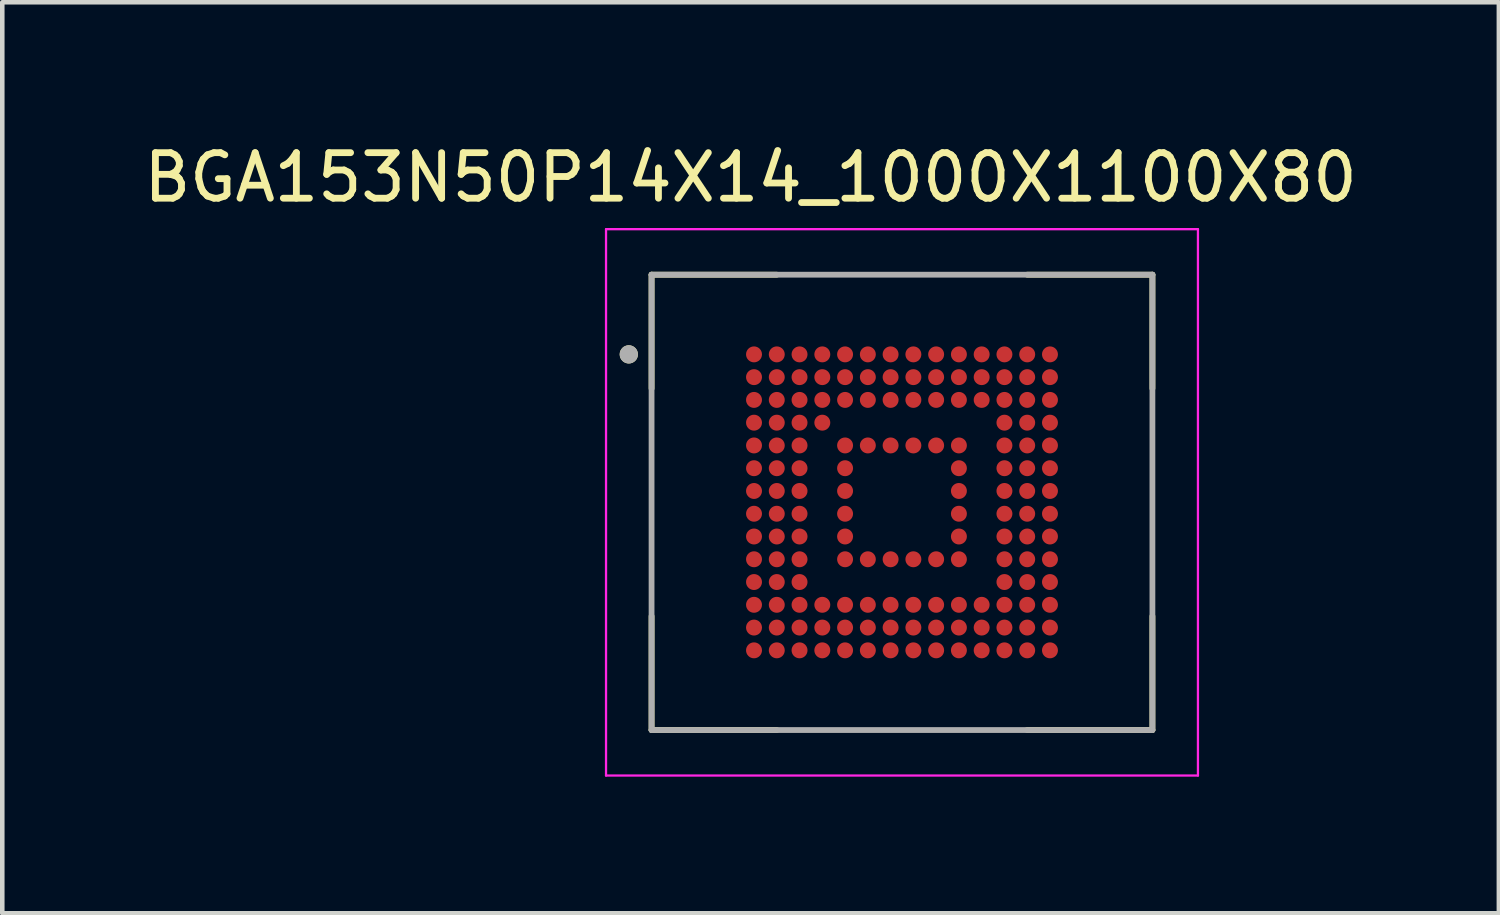
<source format=kicad_pcb>
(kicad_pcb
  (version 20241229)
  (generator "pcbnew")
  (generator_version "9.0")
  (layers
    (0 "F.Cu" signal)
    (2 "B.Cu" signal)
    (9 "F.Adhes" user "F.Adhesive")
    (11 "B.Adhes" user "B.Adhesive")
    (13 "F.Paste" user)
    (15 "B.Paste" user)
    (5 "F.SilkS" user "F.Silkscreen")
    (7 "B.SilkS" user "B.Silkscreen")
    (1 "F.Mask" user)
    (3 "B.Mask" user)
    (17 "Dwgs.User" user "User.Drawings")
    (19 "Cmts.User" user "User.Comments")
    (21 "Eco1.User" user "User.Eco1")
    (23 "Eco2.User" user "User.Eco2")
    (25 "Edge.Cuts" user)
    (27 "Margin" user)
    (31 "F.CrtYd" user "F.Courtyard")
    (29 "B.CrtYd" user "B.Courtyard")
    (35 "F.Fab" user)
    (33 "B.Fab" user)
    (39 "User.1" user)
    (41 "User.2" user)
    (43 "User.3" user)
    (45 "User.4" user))
  (footprint "BGA153N50P14X14_1000X1100X80"
    (layer "F.Cu")
    (at 16.76 7.983)
    (property "Reference" "BGA153N50P14X14_1000X1100X80" (at -3.325 -7.135 0) (layer "F.SilkS") (effects (font (size 1 1) (thickness 0.15))))
    (attr smd)
    (fp_line (start -5.5 -5) (end -5.5 -2.5) (stroke (width 0.127) (type solid)) (layer "F.SilkS"))
    (fp_line (start -5.5 -5) (end -2.75 -5) (stroke (width 0.127) (type solid)) (layer "F.SilkS"))
    (fp_line (start -5.5 5) (end -5.5 2.5) (stroke (width 0.127) (type solid)) (layer "F.SilkS"))
    (fp_line (start -5.5 5) (end -2.75 5) (stroke (width 0.127) (type solid)) (layer "F.SilkS"))
    (fp_line (start 5.5 -5) (end 2.75 -5) (stroke (width 0.127) (type solid)) (layer "F.SilkS"))
    (fp_line (start 5.5 -5) (end 5.5 -2.5) (stroke (width 0.127) (type solid)) (layer "F.SilkS"))
    (fp_line (start 5.5 5) (end 2.75 5) (stroke (width 0.127) (type solid)) (layer "F.SilkS"))
    (fp_line (start 5.5 5) (end 5.5 2.5) (stroke (width 0.127) (type solid)) (layer "F.SilkS"))
    (fp_circle (center -6 -3.25) (end -5.9 -3.25) (stroke (width 0.2) (type solid)) (fill no) (layer "F.SilkS"))
    (fp_line (start -6.5 -6) (end 6.5 -6) (stroke (width 0.05) (type solid)) (layer "F.CrtYd"))
    (fp_line (start -6.5 6) (end -6.5 -6) (stroke (width 0.05) (type solid)) (layer "F.CrtYd"))
    (fp_line (start -6.5 6) (end 6.5 6) (stroke (width 0.05) (type solid)) (layer "F.CrtYd"))
    (fp_line (start 6.5 6) (end 6.5 -6) (stroke (width 0.05) (type solid)) (layer "F.CrtYd"))
    (fp_line (start -5.5 5) (end -5.5 -5) (stroke (width 0.127) (type solid)) (layer "F.Fab"))
    (fp_line (start 5.5 -5) (end -5.5 -5) (stroke (width 0.127) (type solid)) (layer "F.Fab"))
    (fp_line (start 5.5 5) (end -5.5 5) (stroke (width 0.127) (type solid)) (layer "F.Fab"))
    (fp_line (start 5.5 5) (end 5.5 -5) (stroke (width 0.127) (type solid)) (layer "F.Fab"))
    (fp_circle (center -6 -3.25) (end -5.9 -3.25) (stroke (width 0.2) (type solid)) (fill no) (layer "F.Fab"))
    (pad "A1" smd circle (at -3.25 -3.25) (size 0.35 0.35) (layers "F.Cu" "F.Mask" "F.Paste"))
    (pad "A2" smd circle (at -2.75 -3.25) (size 0.35 0.35) (layers "F.Cu" "F.Mask" "F.Paste"))
    (pad "A3" smd circle (at -2.25 -3.25) (size 0.35 0.35) (layers "F.Cu" "F.Mask" "F.Paste"))
    (pad "A4" smd circle (at -1.75 -3.25) (size 0.35 0.35) (layers "F.Cu" "F.Mask" "F.Paste"))
    (pad "A5" smd circle (at -1.25 -3.25) (size 0.35 0.35) (layers "F.Cu" "F.Mask" "F.Paste"))
    (pad "A6" smd circle (at -0.75 -3.25) (size 0.35 0.35) (layers "F.Cu" "F.Mask" "F.Paste"))
    (pad "A7" smd circle (at -0.25 -3.25) (size 0.35 0.35) (layers "F.Cu" "F.Mask" "F.Paste"))
    (pad "A8" smd circle (at 0.25 -3.25) (size 0.35 0.35) (layers "F.Cu" "F.Mask" "F.Paste"))
    (pad "A9" smd circle (at 0.75 -3.25) (size 0.35 0.35) (layers "F.Cu" "F.Mask" "F.Paste"))
    (pad "A10" smd circle (at 1.25 -3.25) (size 0.35 0.35) (layers "F.Cu" "F.Mask" "F.Paste"))
    (pad "A11" smd circle (at 1.75 -3.25) (size 0.35 0.35) (layers "F.Cu" "F.Mask" "F.Paste"))
    (pad "A12" smd circle (at 2.25 -3.25) (size 0.35 0.35) (layers "F.Cu" "F.Mask" "F.Paste"))
    (pad "A13" smd circle (at 2.75 -3.25) (size 0.35 0.35) (layers "F.Cu" "F.Mask" "F.Paste"))
    (pad "A14" smd circle (at 3.25 -3.25) (size 0.35 0.35) (layers "F.Cu" "F.Mask" "F.Paste"))
    (pad "B1" smd circle (at -3.25 -2.75) (size 0.35 0.35) (layers "F.Cu" "F.Mask" "F.Paste"))
    (pad "B2" smd circle (at -2.75 -2.75) (size 0.35 0.35) (layers "F.Cu" "F.Mask" "F.Paste"))
    (pad "B3" smd circle (at -2.25 -2.75) (size 0.35 0.35) (layers "F.Cu" "F.Mask" "F.Paste"))
    (pad "B4" smd circle (at -1.75 -2.75) (size 0.35 0.35) (layers "F.Cu" "F.Mask" "F.Paste"))
    (pad "B5" smd circle (at -1.25 -2.75) (size 0.35 0.35) (layers "F.Cu" "F.Mask" "F.Paste"))
    (pad "B6" smd circle (at -0.75 -2.75) (size 0.35 0.35) (layers "F.Cu" "F.Mask" "F.Paste"))
    (pad "B7" smd circle (at -0.25 -2.75) (size 0.35 0.35) (layers "F.Cu" "F.Mask" "F.Paste"))
    (pad "B8" smd circle (at 0.25 -2.75) (size 0.35 0.35) (layers "F.Cu" "F.Mask" "F.Paste"))
    (pad "B9" smd circle (at 0.75 -2.75) (size 0.35 0.35) (layers "F.Cu" "F.Mask" "F.Paste"))
    (pad "B10" smd circle (at 1.25 -2.75) (size 0.35 0.35) (layers "F.Cu" "F.Mask" "F.Paste"))
    (pad "B11" smd circle (at 1.75 -2.75) (size 0.35 0.35) (layers "F.Cu" "F.Mask" "F.Paste"))
    (pad "B12" smd circle (at 2.25 -2.75) (size 0.35 0.35) (layers "F.Cu" "F.Mask" "F.Paste"))
    (pad "B13" smd circle (at 2.75 -2.75) (size 0.35 0.35) (layers "F.Cu" "F.Mask" "F.Paste"))
    (pad "B14" smd circle (at 3.25 -2.75) (size 0.35 0.35) (layers "F.Cu" "F.Mask" "F.Paste"))
    (pad "C1" smd circle (at -3.25 -2.25) (size 0.35 0.35) (layers "F.Cu" "F.Mask" "F.Paste"))
    (pad "C2" smd circle (at -2.75 -2.25) (size 0.35 0.35) (layers "F.Cu" "F.Mask" "F.Paste"))
    (pad "C3" smd circle (at -2.25 -2.25) (size 0.35 0.35) (layers "F.Cu" "F.Mask" "F.Paste"))
    (pad "C4" smd circle (at -1.75 -2.25) (size 0.35 0.35) (layers "F.Cu" "F.Mask" "F.Paste"))
    (pad "C5" smd circle (at -1.25 -2.25) (size 0.35 0.35) (layers "F.Cu" "F.Mask" "F.Paste"))
    (pad "C6" smd circle (at -0.75 -2.25) (size 0.35 0.35) (layers "F.Cu" "F.Mask" "F.Paste"))
    (pad "C7" smd circle (at -0.25 -2.25) (size 0.35 0.35) (layers "F.Cu" "F.Mask" "F.Paste"))
    (pad "C8" smd circle (at 0.25 -2.25) (size 0.35 0.35) (layers "F.Cu" "F.Mask" "F.Paste"))
    (pad "C9" smd circle (at 0.75 -2.25) (size 0.35 0.35) (layers "F.Cu" "F.Mask" "F.Paste"))
    (pad "C10" smd circle (at 1.25 -2.25) (size 0.35 0.35) (layers "F.Cu" "F.Mask" "F.Paste"))
    (pad "C11" smd circle (at 1.75 -2.25) (size 0.35 0.35) (layers "F.Cu" "F.Mask" "F.Paste"))
    (pad "C12" smd circle (at 2.25 -2.25) (size 0.35 0.35) (layers "F.Cu" "F.Mask" "F.Paste"))
    (pad "C13" smd circle (at 2.75 -2.25) (size 0.35 0.35) (layers "F.Cu" "F.Mask" "F.Paste"))
    (pad "C14" smd circle (at 3.25 -2.25) (size 0.35 0.35) (layers "F.Cu" "F.Mask" "F.Paste"))
    (pad "D1" smd circle (at -3.25 -1.75) (size 0.35 0.35) (layers "F.Cu" "F.Mask" "F.Paste"))
    (pad "D2" smd circle (at -2.75 -1.75) (size 0.35 0.35) (layers "F.Cu" "F.Mask" "F.Paste"))
    (pad "D3" smd circle (at -2.25 -1.75) (size 0.35 0.35) (layers "F.Cu" "F.Mask" "F.Paste"))
    (pad "D4" smd circle (at -1.75 -1.75) (size 0.35 0.35) (layers "F.Cu" "F.Mask" "F.Paste"))
    (pad "D12" smd circle (at 2.25 -1.75) (size 0.35 0.35) (layers "F.Cu" "F.Mask" "F.Paste"))
    (pad "D13" smd circle (at 2.75 -1.75) (size 0.35 0.35) (layers "F.Cu" "F.Mask" "F.Paste"))
    (pad "D14" smd circle (at 3.25 -1.75) (size 0.35 0.35) (layers "F.Cu" "F.Mask" "F.Paste"))
    (pad "E1" smd circle (at -3.25 -1.25) (size 0.35 0.35) (layers "F.Cu" "F.Mask" "F.Paste"))
    (pad "E2" smd circle (at -2.75 -1.25) (size 0.35 0.35) (layers "F.Cu" "F.Mask" "F.Paste"))
    (pad "E3" smd circle (at -2.25 -1.25) (size 0.35 0.35) (layers "F.Cu" "F.Mask" "F.Paste"))
    (pad "E5" smd circle (at -1.25 -1.25) (size 0.35 0.35) (layers "F.Cu" "F.Mask" "F.Paste"))
    (pad "E6" smd circle (at -0.75 -1.25) (size 0.35 0.35) (layers "F.Cu" "F.Mask" "F.Paste"))
    (pad "E7" smd circle (at -0.25 -1.25) (size 0.35 0.35) (layers "F.Cu" "F.Mask" "F.Paste"))
    (pad "E8" smd circle (at 0.25 -1.25) (size 0.35 0.35) (layers "F.Cu" "F.Mask" "F.Paste"))
    (pad "E9" smd circle (at 0.75 -1.25) (size 0.35 0.35) (layers "F.Cu" "F.Mask" "F.Paste"))
    (pad "E10" smd circle (at 1.25 -1.25) (size 0.35 0.35) (layers "F.Cu" "F.Mask" "F.Paste"))
    (pad "E12" smd circle (at 2.25 -1.25) (size 0.35 0.35) (layers "F.Cu" "F.Mask" "F.Paste"))
    (pad "E13" smd circle (at 2.75 -1.25) (size 0.35 0.35) (layers "F.Cu" "F.Mask" "F.Paste"))
    (pad "E14" smd circle (at 3.25 -1.25) (size 0.35 0.35) (layers "F.Cu" "F.Mask" "F.Paste"))
    (pad "F1" smd circle (at -3.25 -0.75) (size 0.35 0.35) (layers "F.Cu" "F.Mask" "F.Paste"))
    (pad "F2" smd circle (at -2.75 -0.75) (size 0.35 0.35) (layers "F.Cu" "F.Mask" "F.Paste"))
    (pad "F3" smd circle (at -2.25 -0.75) (size 0.35 0.35) (layers "F.Cu" "F.Mask" "F.Paste"))
    (pad "F5" smd circle (at -1.25 -0.75) (size 0.35 0.35) (layers "F.Cu" "F.Mask" "F.Paste"))
    (pad "F10" smd circle (at 1.25 -0.75) (size 0.35 0.35) (layers "F.Cu" "F.Mask" "F.Paste"))
    (pad "F12" smd circle (at 2.25 -0.75) (size 0.35 0.35) (layers "F.Cu" "F.Mask" "F.Paste"))
    (pad "F13" smd circle (at 2.75 -0.75) (size 0.35 0.35) (layers "F.Cu" "F.Mask" "F.Paste"))
    (pad "F14" smd circle (at 3.25 -0.75) (size 0.35 0.35) (layers "F.Cu" "F.Mask" "F.Paste"))
    (pad "G1" smd circle (at -3.25 -0.25) (size 0.35 0.35) (layers "F.Cu" "F.Mask" "F.Paste"))
    (pad "G2" smd circle (at -2.75 -0.25) (size 0.35 0.35) (layers "F.Cu" "F.Mask" "F.Paste"))
    (pad "G3" smd circle (at -2.25 -0.25) (size 0.35 0.35) (layers "F.Cu" "F.Mask" "F.Paste"))
    (pad "G5" smd circle (at -1.25 -0.25) (size 0.35 0.35) (layers "F.Cu" "F.Mask" "F.Paste"))
    (pad "G10" smd circle (at 1.25 -0.25) (size 0.35 0.35) (layers "F.Cu" "F.Mask" "F.Paste"))
    (pad "G12" smd circle (at 2.25 -0.25) (size 0.35 0.35) (layers "F.Cu" "F.Mask" "F.Paste"))
    (pad "G13" smd circle (at 2.75 -0.25) (size 0.35 0.35) (layers "F.Cu" "F.Mask" "F.Paste"))
    (pad "G14" smd circle (at 3.25 -0.25) (size 0.35 0.35) (layers "F.Cu" "F.Mask" "F.Paste"))
    (pad "H1" smd circle (at -3.25 0.25) (size 0.35 0.35) (layers "F.Cu" "F.Mask" "F.Paste"))
    (pad "H2" smd circle (at -2.75 0.25) (size 0.35 0.35) (layers "F.Cu" "F.Mask" "F.Paste"))
    (pad "H3" smd circle (at -2.25 0.25) (size 0.35 0.35) (layers "F.Cu" "F.Mask" "F.Paste"))
    (pad "H5" smd circle (at -1.25 0.25) (size 0.35 0.35) (layers "F.Cu" "F.Mask" "F.Paste"))
    (pad "H10" smd circle (at 1.25 0.25) (size 0.35 0.35) (layers "F.Cu" "F.Mask" "F.Paste"))
    (pad "H12" smd circle (at 2.25 0.25) (size 0.35 0.35) (layers "F.Cu" "F.Mask" "F.Paste"))
    (pad "H13" smd circle (at 2.75 0.25) (size 0.35 0.35) (layers "F.Cu" "F.Mask" "F.Paste"))
    (pad "H14" smd circle (at 3.25 0.25) (size 0.35 0.35) (layers "F.Cu" "F.Mask" "F.Paste"))
    (pad "J1" smd circle (at -3.25 0.75) (size 0.35 0.35) (layers "F.Cu" "F.Mask" "F.Paste"))
    (pad "J2" smd circle (at -2.75 0.75) (size 0.35 0.35) (layers "F.Cu" "F.Mask" "F.Paste"))
    (pad "J3" smd circle (at -2.25 0.75) (size 0.35 0.35) (layers "F.Cu" "F.Mask" "F.Paste"))
    (pad "J5" smd circle (at -1.25 0.75) (size 0.35 0.35) (layers "F.Cu" "F.Mask" "F.Paste"))
    (pad "J10" smd circle (at 1.25 0.75) (size 0.35 0.35) (layers "F.Cu" "F.Mask" "F.Paste"))
    (pad "J12" smd circle (at 2.25 0.75) (size 0.35 0.35) (layers "F.Cu" "F.Mask" "F.Paste"))
    (pad "J13" smd circle (at 2.75 0.75) (size 0.35 0.35) (layers "F.Cu" "F.Mask" "F.Paste"))
    (pad "J14" smd circle (at 3.25 0.75) (size 0.35 0.35) (layers "F.Cu" "F.Mask" "F.Paste"))
    (pad "K1" smd circle (at -3.25 1.25) (size 0.35 0.35) (layers "F.Cu" "F.Mask" "F.Paste"))
    (pad "K2" smd circle (at -2.75 1.25) (size 0.35 0.35) (layers "F.Cu" "F.Mask" "F.Paste"))
    (pad "K3" smd circle (at -2.25 1.25) (size 0.35 0.35) (layers "F.Cu" "F.Mask" "F.Paste"))
    (pad "K5" smd circle (at -1.25 1.25) (size 0.35 0.35) (layers "F.Cu" "F.Mask" "F.Paste"))
    (pad "K6" smd circle (at -0.75 1.25) (size 0.35 0.35) (layers "F.Cu" "F.Mask" "F.Paste"))
    (pad "K7" smd circle (at -0.25 1.25) (size 0.35 0.35) (layers "F.Cu" "F.Mask" "F.Paste"))
    (pad "K8" smd circle (at 0.25 1.25) (size 0.35 0.35) (layers "F.Cu" "F.Mask" "F.Paste"))
    (pad "K9" smd circle (at 0.75 1.25) (size 0.35 0.35) (layers "F.Cu" "F.Mask" "F.Paste"))
    (pad "K10" smd circle (at 1.25 1.25) (size 0.35 0.35) (layers "F.Cu" "F.Mask" "F.Paste"))
    (pad "K12" smd circle (at 2.25 1.25) (size 0.35 0.35) (layers "F.Cu" "F.Mask" "F.Paste"))
    (pad "K13" smd circle (at 2.75 1.25) (size 0.35 0.35) (layers "F.Cu" "F.Mask" "F.Paste"))
    (pad "K14" smd circle (at 3.25 1.25) (size 0.35 0.35) (layers "F.Cu" "F.Mask" "F.Paste"))
    (pad "L1" smd circle (at -3.25 1.75) (size 0.35 0.35) (layers "F.Cu" "F.Mask" "F.Paste"))
    (pad "L2" smd circle (at -2.75 1.75) (size 0.35 0.35) (layers "F.Cu" "F.Mask" "F.Paste"))
    (pad "L3" smd circle (at -2.25 1.75) (size 0.35 0.35) (layers "F.Cu" "F.Mask" "F.Paste"))
    (pad "L12" smd circle (at 2.25 1.75) (size 0.35 0.35) (layers "F.Cu" "F.Mask" "F.Paste"))
    (pad "L13" smd circle (at 2.75 1.75) (size 0.35 0.35) (layers "F.Cu" "F.Mask" "F.Paste"))
    (pad "L14" smd circle (at 3.25 1.75) (size 0.35 0.35) (layers "F.Cu" "F.Mask" "F.Paste"))
    (pad "M1" smd circle (at -3.25 2.25) (size 0.35 0.35) (layers "F.Cu" "F.Mask" "F.Paste"))
    (pad "M2" smd circle (at -2.75 2.25) (size 0.35 0.35) (layers "F.Cu" "F.Mask" "F.Paste"))
    (pad "M3" smd circle (at -2.25 2.25) (size 0.35 0.35) (layers "F.Cu" "F.Mask" "F.Paste"))
    (pad "M4" smd circle (at -1.75 2.25) (size 0.35 0.35) (layers "F.Cu" "F.Mask" "F.Paste"))
    (pad "M5" smd circle (at -1.25 2.25) (size 0.35 0.35) (layers "F.Cu" "F.Mask" "F.Paste"))
    (pad "M6" smd circle (at -0.75 2.25) (size 0.35 0.35) (layers "F.Cu" "F.Mask" "F.Paste"))
    (pad "M7" smd circle (at -0.25 2.25) (size 0.35 0.35) (layers "F.Cu" "F.Mask" "F.Paste"))
    (pad "M8" smd circle (at 0.25 2.25) (size 0.35 0.35) (layers "F.Cu" "F.Mask" "F.Paste"))
    (pad "M9" smd circle (at 0.75 2.25) (size 0.35 0.35) (layers "F.Cu" "F.Mask" "F.Paste"))
    (pad "M10" smd circle (at 1.25 2.25) (size 0.35 0.35) (layers "F.Cu" "F.Mask" "F.Paste"))
    (pad "M11" smd circle (at 1.75 2.25) (size 0.35 0.35) (layers "F.Cu" "F.Mask" "F.Paste"))
    (pad "M12" smd circle (at 2.25 2.25) (size 0.35 0.35) (layers "F.Cu" "F.Mask" "F.Paste"))
    (pad "M13" smd circle (at 2.75 2.25) (size 0.35 0.35) (layers "F.Cu" "F.Mask" "F.Paste"))
    (pad "M14" smd circle (at 3.25 2.25) (size 0.35 0.35) (layers "F.Cu" "F.Mask" "F.Paste"))
    (pad "N1" smd circle (at -3.25 2.75) (size 0.35 0.35) (layers "F.Cu" "F.Mask" "F.Paste"))
    (pad "N2" smd circle (at -2.75 2.75) (size 0.35 0.35) (layers "F.Cu" "F.Mask" "F.Paste"))
    (pad "N3" smd circle (at -2.25 2.75) (size 0.35 0.35) (layers "F.Cu" "F.Mask" "F.Paste"))
    (pad "N4" smd circle (at -1.75 2.75) (size 0.35 0.35) (layers "F.Cu" "F.Mask" "F.Paste"))
    (pad "N5" smd circle (at -1.25 2.75) (size 0.35 0.35) (layers "F.Cu" "F.Mask" "F.Paste"))
    (pad "N6" smd circle (at -0.75 2.75) (size 0.35 0.35) (layers "F.Cu" "F.Mask" "F.Paste"))
    (pad "N7" smd circle (at -0.25 2.75) (size 0.35 0.35) (layers "F.Cu" "F.Mask" "F.Paste"))
    (pad "N8" smd circle (at 0.25 2.75) (size 0.35 0.35) (layers "F.Cu" "F.Mask" "F.Paste"))
    (pad "N9" smd circle (at 0.75 2.75) (size 0.35 0.35) (layers "F.Cu" "F.Mask" "F.Paste"))
    (pad "N10" smd circle (at 1.25 2.75) (size 0.35 0.35) (layers "F.Cu" "F.Mask" "F.Paste"))
    (pad "N11" smd circle (at 1.75 2.75) (size 0.35 0.35) (layers "F.Cu" "F.Mask" "F.Paste"))
    (pad "N12" smd circle (at 2.25 2.75) (size 0.35 0.35) (layers "F.Cu" "F.Mask" "F.Paste"))
    (pad "N13" smd circle (at 2.75 2.75) (size 0.35 0.35) (layers "F.Cu" "F.Mask" "F.Paste"))
    (pad "N14" smd circle (at 3.25 2.75) (size 0.35 0.35) (layers "F.Cu" "F.Mask" "F.Paste"))
    (pad "P1" smd circle (at -3.25 3.25) (size 0.35 0.35) (layers "F.Cu" "F.Mask" "F.Paste"))
    (pad "P2" smd circle (at -2.75 3.25) (size 0.35 0.35) (layers "F.Cu" "F.Mask" "F.Paste"))
    (pad "P3" smd circle (at -2.25 3.25) (size 0.35 0.35) (layers "F.Cu" "F.Mask" "F.Paste"))
    (pad "P4" smd circle (at -1.75 3.25) (size 0.35 0.35) (layers "F.Cu" "F.Mask" "F.Paste"))
    (pad "P5" smd circle (at -1.25 3.25) (size 0.35 0.35) (layers "F.Cu" "F.Mask" "F.Paste"))
    (pad "P6" smd circle (at -0.75 3.25) (size 0.35 0.35) (layers "F.Cu" "F.Mask" "F.Paste"))
    (pad "P7" smd circle (at -0.25 3.25) (size 0.35 0.35) (layers "F.Cu" "F.Mask" "F.Paste"))
    (pad "P8" smd circle (at 0.25 3.25) (size 0.35 0.35) (layers "F.Cu" "F.Mask" "F.Paste"))
    (pad "P9" smd circle (at 0.75 3.25) (size 0.35 0.35) (layers "F.Cu" "F.Mask" "F.Paste"))
    (pad "P10" smd circle (at 1.25 3.25) (size 0.35 0.35) (layers "F.Cu" "F.Mask" "F.Paste"))
    (pad "P11" smd circle (at 1.75 3.25) (size 0.35 0.35) (layers "F.Cu" "F.Mask" "F.Paste"))
    (pad "P12" smd circle (at 2.25 3.25) (size 0.35 0.35) (layers "F.Cu" "F.Mask" "F.Paste"))
    (pad "P13" smd circle (at 2.75 3.25) (size 0.35 0.35) (layers "F.Cu" "F.Mask" "F.Paste"))
    (pad "P14" smd circle (at 3.25 3.25) (size 0.35 0.35) (layers "F.Cu" "F.Mask" "F.Paste")))
  (gr_rect
    (start -3 -3)
    (end 29.869 17.008)
    (stroke (width 0.1) (type default))
    (fill no)
    (layer "Edge.Cuts")))
</source>
